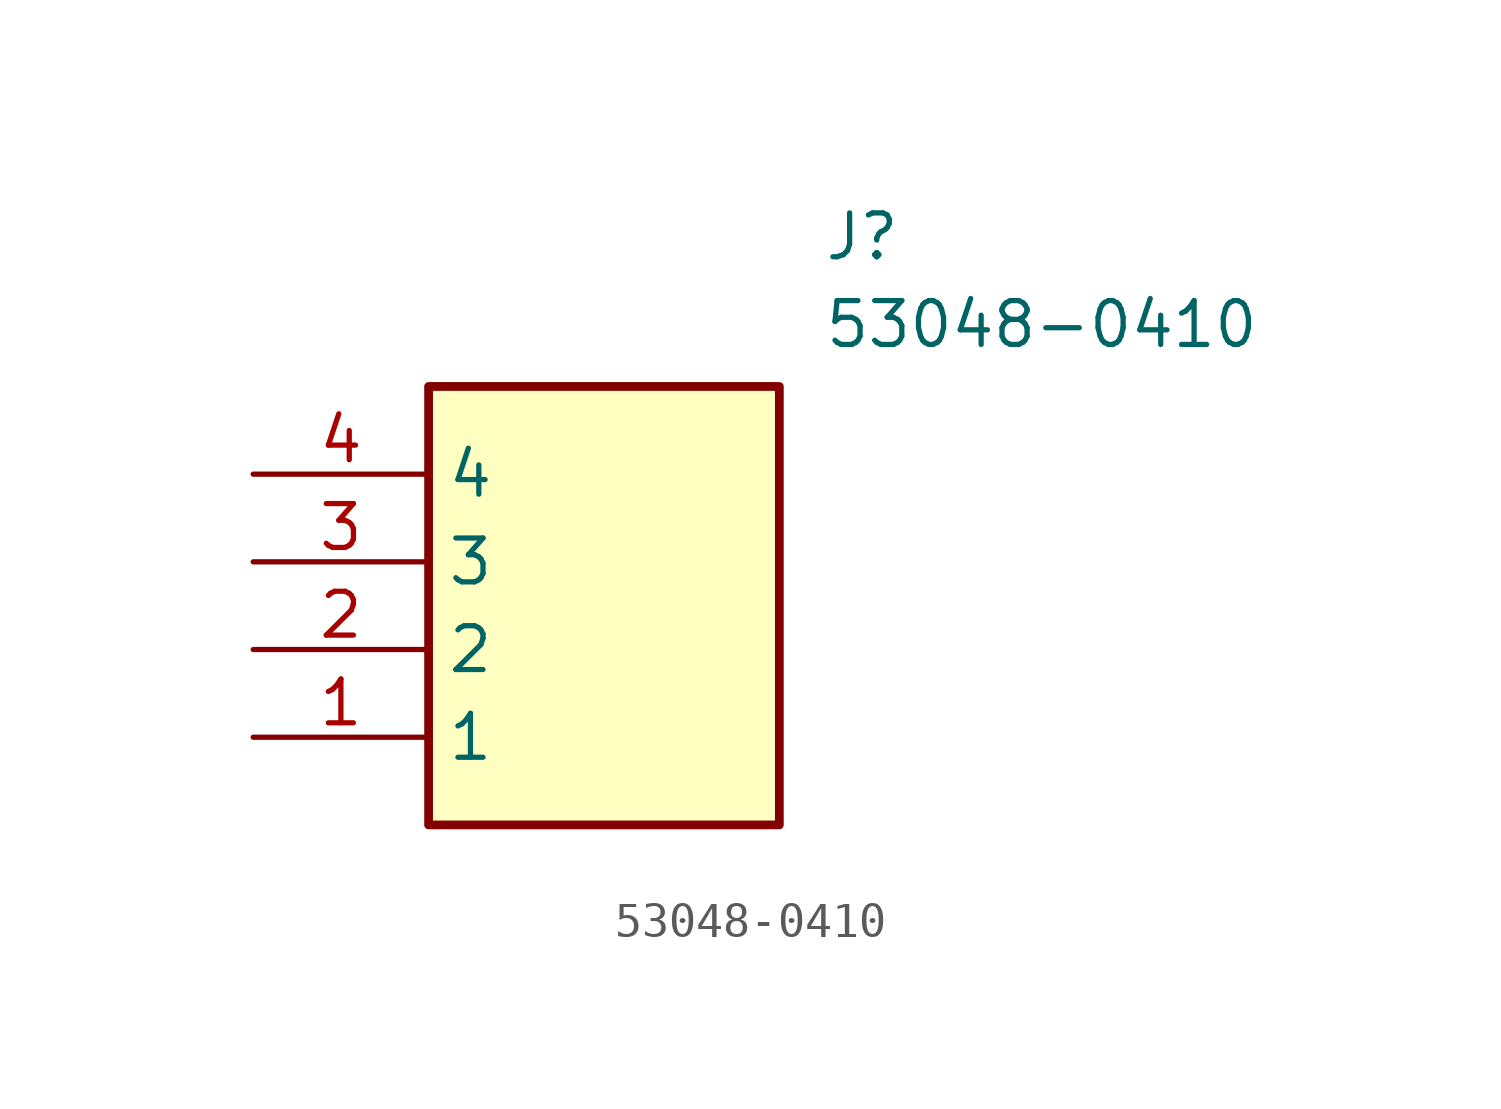
<source format=kicad_sym>
(kicad_symbol_lib
  (version 20211014)
  (generator SamacSys_ECAD_Model)
  (symbol "53048-0410"
    (property "Reference" "J"
      (at 16.51 7.62 0)
      (effects (font (size 1.27 1.27)) (justify left top)))
    (property "Value" "53048-0410"
      (at 16.51 5.08 0)
      (effects (font (size 1.27 1.27)) (justify left top)))
    (rectangle
      (start 5.08 2.54)
      (end 15.24 -10.16)
      (stroke (width 0.254) (type default))
      (fill (type background)))
    (pin passive line
      (at 0 -7.62 0)
      (length 5.08)
      (name "1" (effects (font (size 1.27 1.27))))
      (number "1" (effects (font (size 1.27 1.27)))))
    (pin passive line
      (at 0 -5.08 0)
      (length 5.08)
      (name "2" (effects (font (size 1.27 1.27))))
      (number "2" (effects (font (size 1.27 1.27)))))
    (pin passive line
      (at 0 -2.54 0)
      (length 5.08)
      (name "3" (effects (font (size 1.27 1.27))))
      (number "3" (effects (font (size 1.27 1.27)))))
    (pin passive line
      (at 0 0 0)
      (length 5.08)
      (name "4" (effects (font (size 1.27 1.27))))
      (number "4" (effects (font (size 1.27 1.27)))))))
</source>
